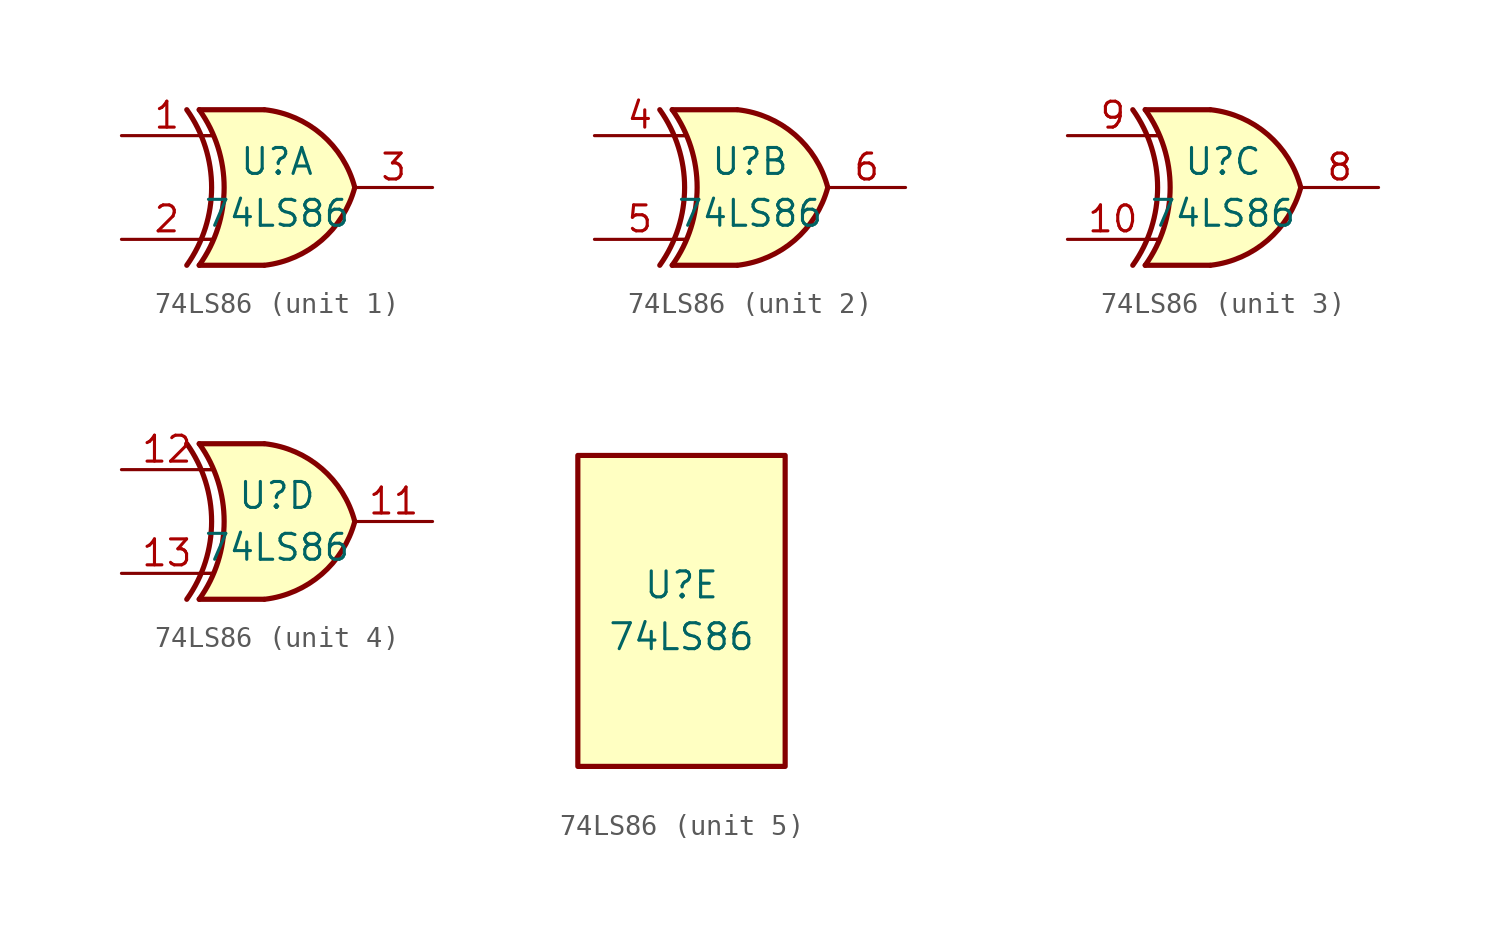
<source format=kicad_sym>
(kicad_symbol_lib
  (version 20211014)
  (generator kicad_symbol_editor)
  (symbol "74LS86"
    (pin_names
      (offset 1.016))
    (property "Reference" "U"
      (at 0 1.27 0)
      (effects (font (size 1.27 1.27))))
    (property "Value" "74LS86"
      (at 0 -1.27 0)
      (effects (font (size 1.27 1.27))))
    (property "ki_locked" ""
      (at 0 0 0)
      (effects (font (size 1.27 1.27))))
    (symbol "74LS86_1_0"
      (arc (start -4.4196 -3.81) (mid -3.2033 0) (end -4.4196 3.81) (stroke (width 0.254) (type default) (color 0 0 0 0)) (fill (type none)))
      (arc (start -3.81 -3.81) (mid -2.589 0) (end -3.81 3.81) (stroke (width 0.254) (type default) (color 0 0 0 0)) (fill (type none)))
      (arc (start -0.6096 -3.81) (mid 2.1842 -2.5851) (end 3.81 0) (stroke (width 0.254) (type default) (color 0 0 0 0)) (fill (type background)))
      (polyline (pts (xy -3.81 -3.81) (xy -0.635 -3.81)) (stroke (width 0.254) (type default) (color 0 0 0 0)) (fill (type background)))
      (polyline (pts (xy -3.81 3.81) (xy -0.635 3.81)) (stroke (width 0.254) (type default) (color 0 0 0 0)) (fill (type background)))
      (polyline (pts (xy -0.635 3.81) (xy -3.81 3.81) (xy -3.81 3.81) (xy -3.556 3.404) (xy -3.023 2.261) (xy -2.692 1.041) (xy -2.616 -0.254) (xy -2.769 -1.499) (xy -3.175 -2.718) (xy -3.81 -3.81) (xy -3.81 -3.81) (xy -0.635 -3.81)) (stroke (width -25.4) (type default) (color 0 0 0 0)) (fill (type background)))
      (arc (start 3.81 0) (mid 2.1915 2.5936) (end -0.6096 3.81) (stroke (width 0.254) (type default) (color 0 0 0 0)) (fill (type background)))
      (pin input line (at -7.62 2.54 0) (length 4.445) (name "~" (effects (font (size 1.27 1.27)))) (number "1" (effects (font (size 1.27 1.27)))))
      (pin input line (at -7.62 -2.54 0) (length 4.445) (name "~" (effects (font (size 1.27 1.27)))) (number "2" (effects (font (size 1.27 1.27)))))
      (pin output line (at 7.62 0 180) (length 3.81) (name "~" (effects (font (size 1.27 1.27)))) (number "3" (effects (font (size 1.27 1.27))))))
    (symbol "74LS86_1_1"
      (polyline (pts (xy -3.81 -2.54) (xy -3.175 -2.54)) (stroke (width 0.152) (type default) (color 0 0 0 0)) (fill (type none)))
      (polyline (pts (xy -3.81 2.54) (xy -3.175 2.54)) (stroke (width 0.152) (type default) (color 0 0 0 0)) (fill (type none))))
    (symbol "74LS86_2_0"
      (arc (start -4.4196 -3.81) (mid -3.2033 0) (end -4.4196 3.81) (stroke (width 0.254) (type default) (color 0 0 0 0)) (fill (type none)))
      (arc (start -3.81 -3.81) (mid -2.589 0) (end -3.81 3.81) (stroke (width 0.254) (type default) (color 0 0 0 0)) (fill (type none)))
      (arc (start -0.6096 -3.81) (mid 2.1842 -2.5851) (end 3.81 0) (stroke (width 0.254) (type default) (color 0 0 0 0)) (fill (type background)))
      (polyline (pts (xy -3.81 -3.81) (xy -0.635 -3.81)) (stroke (width 0.254) (type default) (color 0 0 0 0)) (fill (type background)))
      (polyline (pts (xy -3.81 3.81) (xy -0.635 3.81)) (stroke (width 0.254) (type default) (color 0 0 0 0)) (fill (type background)))
      (polyline (pts (xy -0.635 3.81) (xy -3.81 3.81) (xy -3.81 3.81) (xy -3.556 3.404) (xy -3.023 2.261) (xy -2.692 1.041) (xy -2.616 -0.254) (xy -2.769 -1.499) (xy -3.175 -2.718) (xy -3.81 -3.81) (xy -3.81 -3.81) (xy -0.635 -3.81)) (stroke (width -25.4) (type default) (color 0 0 0 0)) (fill (type background)))
      (arc (start 3.81 0) (mid 2.1915 2.5936) (end -0.6096 3.81) (stroke (width 0.254) (type default) (color 0 0 0 0)) (fill (type background)))
      (pin input line (at -7.62 2.54 0) (length 4.445) (name "~" (effects (font (size 1.27 1.27)))) (number "4" (effects (font (size 1.27 1.27)))))
      (pin input line (at -7.62 -2.54 0) (length 4.445) (name "~" (effects (font (size 1.27 1.27)))) (number "5" (effects (font (size 1.27 1.27)))))
      (pin output line (at 7.62 0 180) (length 3.81) (name "~" (effects (font (size 1.27 1.27)))) (number "6" (effects (font (size 1.27 1.27))))))
    (symbol "74LS86_2_1"
      (polyline (pts (xy -3.81 -2.54) (xy -3.175 -2.54)) (stroke (width 0.152) (type default) (color 0 0 0 0)) (fill (type none)))
      (polyline (pts (xy -3.81 2.54) (xy -3.175 2.54)) (stroke (width 0.152) (type default) (color 0 0 0 0)) (fill (type none))))
    (symbol "74LS86_3_0"
      (arc (start -4.4196 -3.81) (mid -3.2033 0) (end -4.4196 3.81) (stroke (width 0.254) (type default) (color 0 0 0 0)) (fill (type none)))
      (arc (start -3.81 -3.81) (mid -2.589 0) (end -3.81 3.81) (stroke (width 0.254) (type default) (color 0 0 0 0)) (fill (type none)))
      (arc (start -0.6096 -3.81) (mid 2.1842 -2.5851) (end 3.81 0) (stroke (width 0.254) (type default) (color 0 0 0 0)) (fill (type background)))
      (polyline (pts (xy -3.81 -3.81) (xy -0.635 -3.81)) (stroke (width 0.254) (type default) (color 0 0 0 0)) (fill (type background)))
      (polyline (pts (xy -3.81 3.81) (xy -0.635 3.81)) (stroke (width 0.254) (type default) (color 0 0 0 0)) (fill (type background)))
      (polyline (pts (xy -0.635 3.81) (xy -3.81 3.81) (xy -3.81 3.81) (xy -3.556 3.404) (xy -3.023 2.261) (xy -2.692 1.041) (xy -2.616 -0.254) (xy -2.769 -1.499) (xy -3.175 -2.718) (xy -3.81 -3.81) (xy -3.81 -3.81) (xy -0.635 -3.81)) (stroke (width -25.4) (type default) (color 0 0 0 0)) (fill (type background)))
      (arc (start 3.81 0) (mid 2.1915 2.5936) (end -0.6096 3.81) (stroke (width 0.254) (type default) (color 0 0 0 0)) (fill (type background)))
      (pin input line (at -7.62 -2.54 0) (length 4.445) (name "~" (effects (font (size 1.27 1.27)))) (number "10" (effects (font (size 1.27 1.27)))))
      (pin output line (at 7.62 0 180) (length 3.81) (name "~" (effects (font (size 1.27 1.27)))) (number "8" (effects (font (size 1.27 1.27)))))
      (pin input line (at -7.62 2.54 0) (length 4.445) (name "~" (effects (font (size 1.27 1.27)))) (number "9" (effects (font (size 1.27 1.27))))))
    (symbol "74LS86_3_1"
      (polyline (pts (xy -3.81 -2.54) (xy -3.175 -2.54)) (stroke (width 0.152) (type default) (color 0 0 0 0)) (fill (type none)))
      (polyline (pts (xy -3.81 2.54) (xy -3.175 2.54)) (stroke (width 0.152) (type default) (color 0 0 0 0)) (fill (type none))))
    (symbol "74LS86_4_0"
      (arc (start -4.4196 -3.81) (mid -3.2033 0) (end -4.4196 3.81) (stroke (width 0.254) (type default) (color 0 0 0 0)) (fill (type none)))
      (arc (start -3.81 -3.81) (mid -2.589 0) (end -3.81 3.81) (stroke (width 0.254) (type default) (color 0 0 0 0)) (fill (type none)))
      (arc (start -0.6096 -3.81) (mid 2.1842 -2.5851) (end 3.81 0) (stroke (width 0.254) (type default) (color 0 0 0 0)) (fill (type background)))
      (polyline (pts (xy -3.81 -3.81) (xy -0.635 -3.81)) (stroke (width 0.254) (type default) (color 0 0 0 0)) (fill (type background)))
      (polyline (pts (xy -3.81 3.81) (xy -0.635 3.81)) (stroke (width 0.254) (type default) (color 0 0 0 0)) (fill (type background)))
      (polyline (pts (xy -0.635 3.81) (xy -3.81 3.81) (xy -3.81 3.81) (xy -3.556 3.404) (xy -3.023 2.261) (xy -2.692 1.041) (xy -2.616 -0.254) (xy -2.769 -1.499) (xy -3.175 -2.718) (xy -3.81 -3.81) (xy -3.81 -3.81) (xy -0.635 -3.81)) (stroke (width -25.4) (type default) (color 0 0 0 0)) (fill (type background)))
      (arc (start 3.81 0) (mid 2.1915 2.5936) (end -0.6096 3.81) (stroke (width 0.254) (type default) (color 0 0 0 0)) (fill (type background)))
      (pin output line (at 7.62 0 180) (length 3.81) (name "~" (effects (font (size 1.27 1.27)))) (number "11" (effects (font (size 1.27 1.27)))))
      (pin input line (at -7.62 2.54 0) (length 4.445) (name "~" (effects (font (size 1.27 1.27)))) (number "12" (effects (font (size 1.27 1.27)))))
      (pin input line (at -7.62 -2.54 0) (length 4.445) (name "~" (effects (font (size 1.27 1.27)))) (number "13" (effects (font (size 1.27 1.27))))))
    (symbol "74LS86_4_1"
      (polyline (pts (xy -3.81 -2.54) (xy -3.175 -2.54)) (stroke (width 0.152) (type default) (color 0 0 0 0)) (fill (type none)))
      (polyline (pts (xy -3.81 2.54) (xy -3.175 2.54)) (stroke (width 0.152) (type default) (color 0 0 0 0)) (fill (type none))))
    (symbol "74LS86_5_0"
      (pin power_in line (at 0 7.62 270) (length 5.08) hide (name "VCC" (effects (font (size 1.27 1.27)))) (number "14" (effects (font (size 1.27 1.27)))))
      (pin power_in line (at 1.27 -7.62 90) (length 5.08) hide (name "VSS" (effects (font (size 1.27 1.27)))) (number "7" (effects (font (size 1.27 1.27))))))
    (symbol "74LS86_5_1"
      (rectangle (start -5.08 7.62) (end 5.08 -7.62) (stroke (width 0.254) (type default) (color 0 0 0 0)) (fill (type background))))))
</source>
